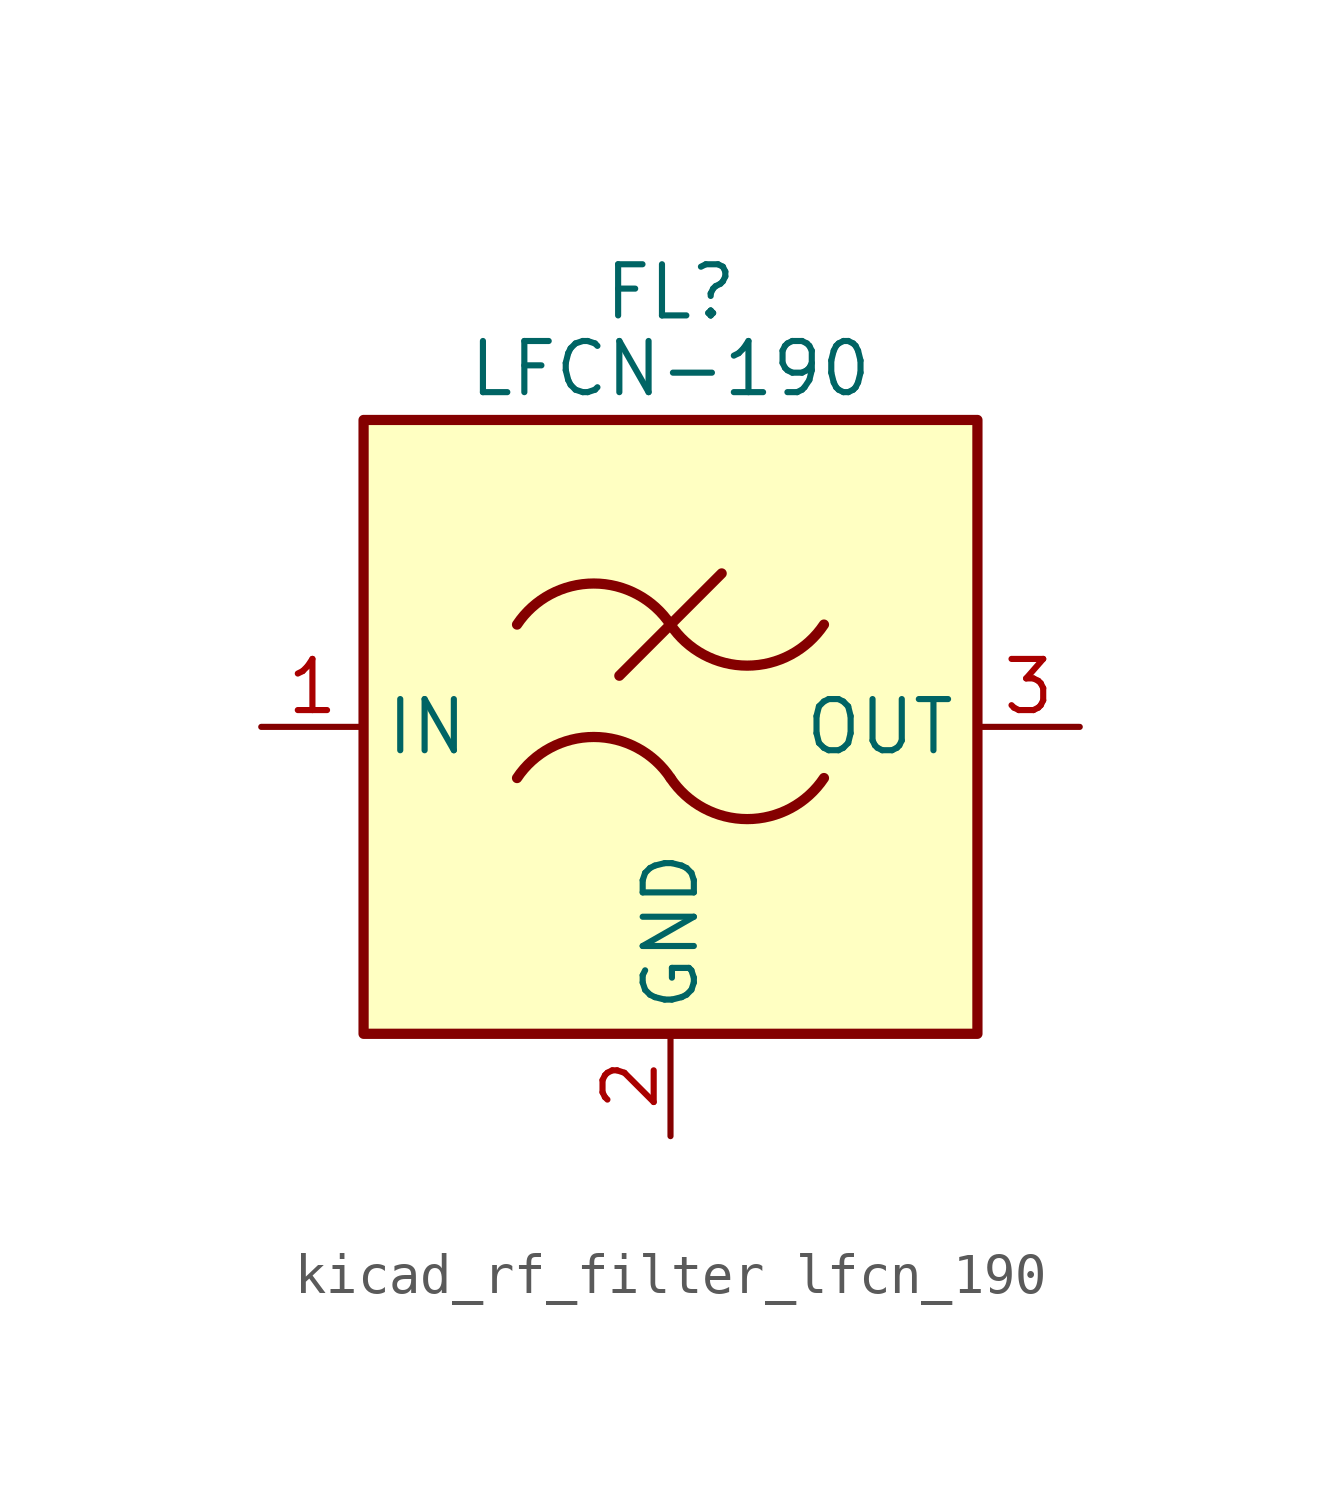
<source format=kicad_sym>
(kicad_symbol_lib
  (version 20220914)
  (generator kicad_symbol_editor)
  (symbol "kicad_rf_filter_lfcn_190"
    (property "Reference" "FL"
      (at 0 10.795 0)
      (effects (font (size 1.27 1.27))))
    (property "Value" "LFCN-190"
      (at 0 8.89 0)
      (effects (font (size 1.27 1.27))))
    (symbol "kicad_rf_filter_lfcn_190_0_1"
      (rectangle (start -7.62 7.62) (end 7.62 -7.62) (stroke (width 0.254) (type default)) (fill (type background)))
      (arc (start 0 -1.27) (mid -1.905 -0.2505) (end -3.81 -1.27) (stroke (width 0.254) (type default)) (fill (type none)))
      (arc (start 0 -1.27) (mid 1.905 -2.2895) (end 3.81 -1.27) (stroke (width 0.254) (type default)) (fill (type none)))
      (polyline (pts (xy -1.27 1.27) (xy 1.27 3.81)) (stroke (width 0.254) (type default)) (fill (type none)))
      (arc (start 0 2.54) (mid -1.905 3.5595) (end -3.81 2.54) (stroke (width 0.254) (type default)) (fill (type none)))
      (arc (start 0 2.54) (mid 1.905 1.5205) (end 3.81 2.54) (stroke (width 0.254) (type default)) (fill (type none))))
    (symbol "kicad_rf_filter_lfcn_190_1_1"
      (pin passive line (at -10.16 0 0) (length 2.54) (name "IN" (effects (font (size 1.27 1.27)))) (number "1" (effects (font (size 1.27 1.27)))))
      (pin passive line (at 0 -10.16 90) (length 2.54) (name "GND" (effects (font (size 1.27 1.27)))) (number "2" (effects (font (size 1.27 1.27)))))
      (pin passive line (at 10.16 0 180) (length 2.54) (name "OUT" (effects (font (size 1.27 1.27)))) (number "3" (effects (font (size 1.27 1.27)))))
      (pin passive line (at 0 -10.16 90) (length 2.54) hide (name "GND" (effects (font (size 1.27 1.27)))) (number "4" (effects (font (size 1.27 1.27))))))))
</source>
